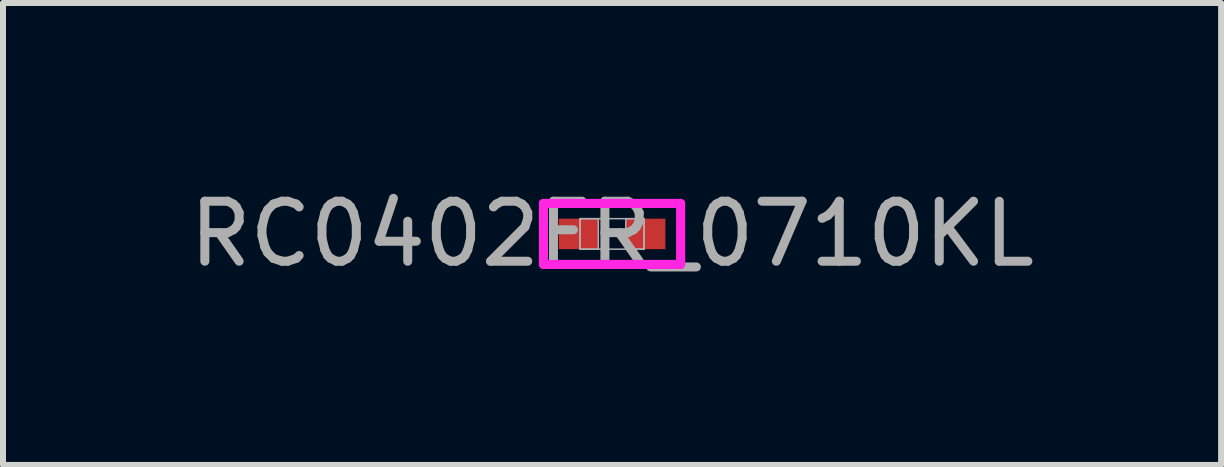
<source format=kicad_pcb>
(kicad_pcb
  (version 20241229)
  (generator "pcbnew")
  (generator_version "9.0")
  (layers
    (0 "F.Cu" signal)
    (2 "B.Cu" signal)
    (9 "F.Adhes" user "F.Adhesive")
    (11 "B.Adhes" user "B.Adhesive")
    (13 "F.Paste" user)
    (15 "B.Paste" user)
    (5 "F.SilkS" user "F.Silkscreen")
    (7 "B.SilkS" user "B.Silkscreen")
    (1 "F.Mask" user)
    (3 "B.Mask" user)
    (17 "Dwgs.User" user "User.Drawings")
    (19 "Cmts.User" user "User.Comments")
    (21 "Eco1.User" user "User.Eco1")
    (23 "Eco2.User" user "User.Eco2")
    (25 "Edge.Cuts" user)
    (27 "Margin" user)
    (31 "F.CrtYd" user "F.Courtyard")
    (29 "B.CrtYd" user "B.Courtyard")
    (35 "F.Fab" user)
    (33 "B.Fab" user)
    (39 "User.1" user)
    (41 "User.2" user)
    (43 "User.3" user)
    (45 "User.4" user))
  (footprint "RC0402FR_0710KL"
    (layer "F.Cu")
    (at 7.149 0.848)
    (property "Reference" "RC0402FR_0710KL" (at 0 0 0) (unlocked yes) (layer "F.SilkS") (effects (font (size 1 1) (thickness 0.05))))
    (attr smd)
    (fp_line (start -1.143 -0.508) (end 1.143 -0.508) (stroke (width 0.152) (type solid)) (layer "F.CrtYd"))
    (fp_line (start -1.143 0.508) (end -1.143 -0.508) (stroke (width 0.152) (type solid)) (layer "F.CrtYd"))
    (fp_line (start 1.143 -0.508) (end 1.143 0.508) (stroke (width 0.152) (type solid)) (layer "F.CrtYd"))
    (fp_line (start 1.143 0.508) (end -1.143 0.508) (stroke (width 0.152) (type solid)) (layer "F.CrtYd"))
    (fp_line (start -0.533 -0.254) (end -0.533 0.254) (stroke (width 0.025) (type solid)) (layer "F.Fab"))
    (fp_line (start -0.533 -0.254) (end -0.533 0.254) (stroke (width 0.025) (type solid)) (layer "F.Fab"))
    (fp_line (start -0.533 0.254) (end -0.229 0.254) (stroke (width 0.025) (type solid)) (layer "F.Fab"))
    (fp_line (start -0.533 0.254) (end 0.533 0.254) (stroke (width 0.025) (type solid)) (layer "F.Fab"))
    (fp_line (start -0.229 -0.254) (end -0.533 -0.254) (stroke (width 0.025) (type solid)) (layer "F.Fab"))
    (fp_line (start -0.229 0.254) (end -0.229 -0.254) (stroke (width 0.025) (type solid)) (layer "F.Fab"))
    (fp_line (start 0.229 -0.254) (end 0.229 0.254) (stroke (width 0.025) (type solid)) (layer "F.Fab"))
    (fp_line (start 0.229 0.254) (end 0.533 0.254) (stroke (width 0.025) (type solid)) (layer "F.Fab"))
    (fp_line (start 0.533 -0.254) (end -0.533 -0.254) (stroke (width 0.025) (type solid)) (layer "F.Fab"))
    (fp_line (start 0.533 -0.254) (end 0.229 -0.254) (stroke (width 0.025) (type solid)) (layer "F.Fab"))
    (fp_line (start 0.533 0.254) (end 0.533 -0.254) (stroke (width 0.025) (type solid)) (layer "F.Fab"))
    (fp_line (start 0.533 0.254) (end 0.533 -0.254) (stroke (width 0.025) (type solid)) (layer "F.Fab"))
    (fp_text user "${REFERENCE}" (at 0 0 0) (unlocked yes) (layer "F.Fab") (effects (font (size 1 1) (thickness 0.15))))
    (pad "1" smd rect (at -0.559 0) (size 0.66 0.508) (layers "F.Cu" "F.Mask" "F.Paste"))
    (pad "2" smd rect (at 0.559 0) (size 0.66 0.508) (layers "F.Cu" "F.Mask" "F.Paste"))
    (zone (net_name "") (layer "F.Cu") (hatch full 0.508) (connect_pads) (min_thickness 0.254) (filled_areas_thickness no) (keepout (tracks not_allowed) (vias not_allowed) (pads allowed) (copperpour not_allowed) (footprints allowed)) (placement (enabled no)) (fill) (polygon (pts (xy 6.971 0.645) (xy 7.327 0.645) (xy 7.327 1.051) (xy 6.971 1.051)))))
  (gr_rect
    (start -3 -3)
    (end 17.298 4.697)
    (stroke (width 0.1) (type default))
    (fill no)
    (layer "Edge.Cuts")))
</source>
